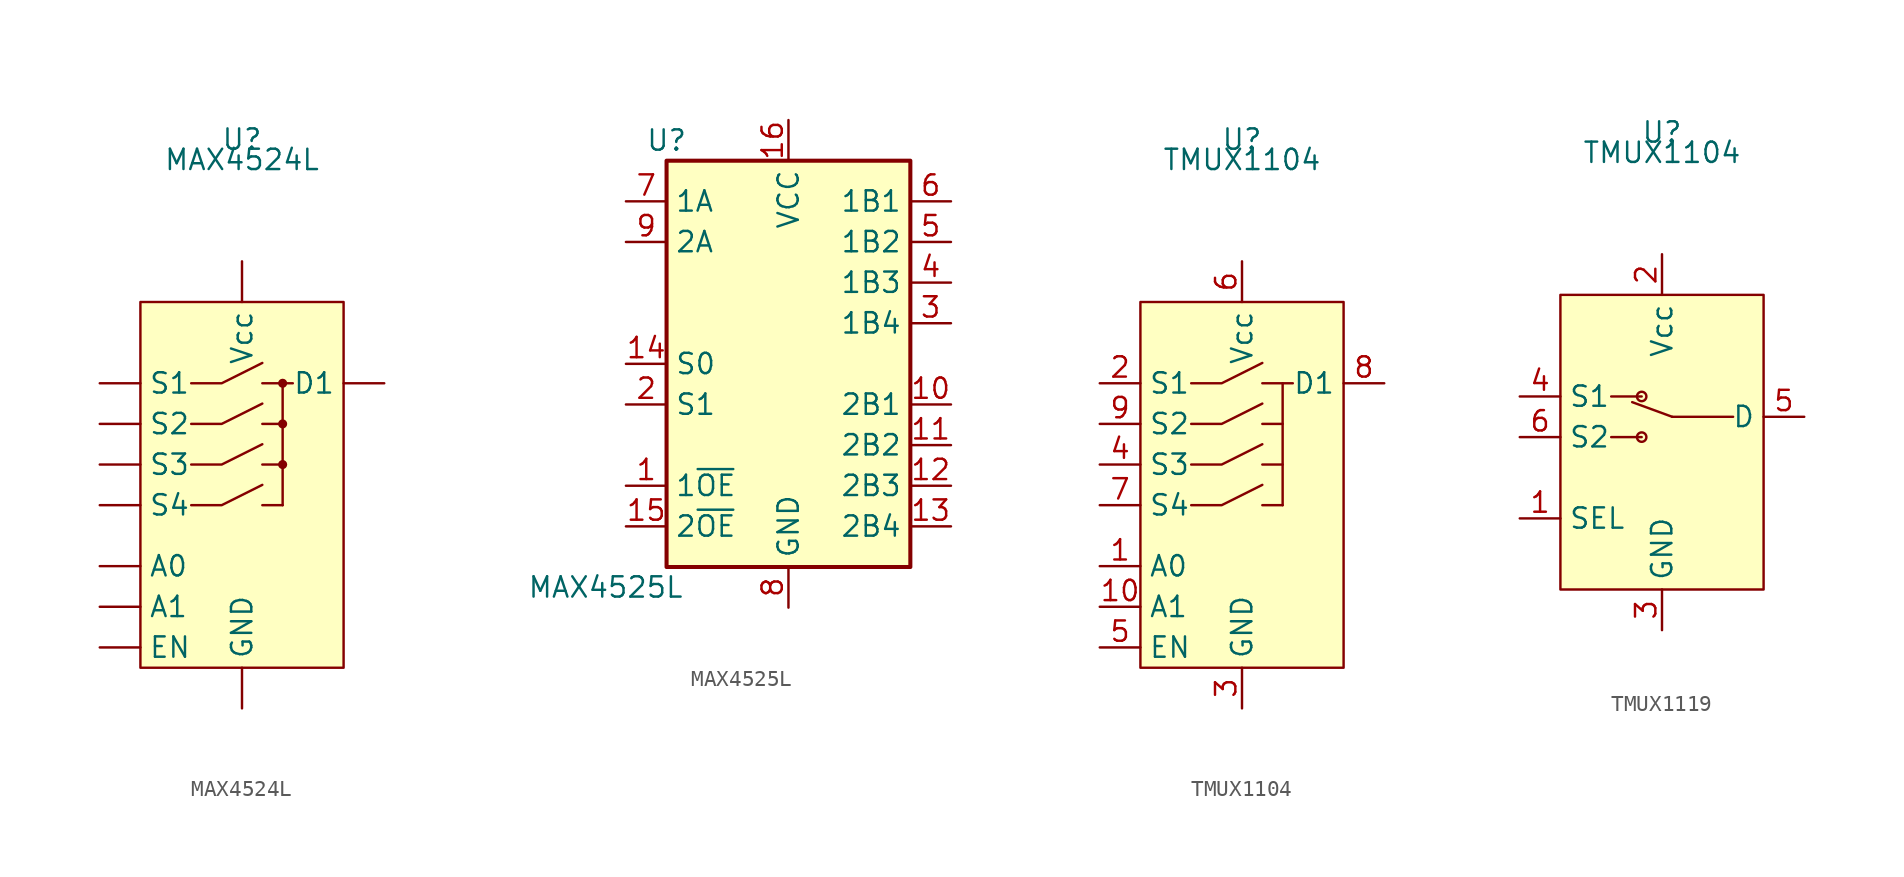
<source format=kicad_sym>
(kicad_symbol_lib
  (version 20220914)
  (generator kicad_symbol_editor)
  (symbol "MAX4524L"
    (property "Reference" "U"
      (at 0 16.51 0)
      (effects (font (size 1.27 1.27))))
    (property "Value" "MAX4524L"
      (at 0 15.24 0)
      (effects (font (size 1.27 1.27))))
    (symbol "MAX4524L_0_1"
      (polyline (pts (xy 1.27 -6.35) (xy 2.54 -6.35)) (stroke (width 0) (type default)) (fill (type none)))
      (polyline (pts (xy 1.27 -3.81) (xy 2.54 -3.81)) (stroke (width 0) (type default)) (fill (type none)))
      (polyline (pts (xy 1.27 -1.27) (xy 2.54 -1.27)) (stroke (width 0) (type default)) (fill (type none)))
      (polyline (pts (xy 1.27 1.27) (xy 2.54 1.27)) (stroke (width 0) (type default)) (fill (type none)))
      (polyline (pts (xy -3.175 -6.35) (xy -1.27 -6.35) (xy 1.27 -5.08)) (stroke (width 0) (type default)) (fill (type none)))
      (polyline (pts (xy -3.175 -3.81) (xy -1.27 -3.81) (xy 1.27 -2.54)) (stroke (width 0) (type default)) (fill (type none)))
      (polyline (pts (xy -3.175 -1.27) (xy -1.27 -1.27) (xy 1.27 0)) (stroke (width 0) (type default)) (fill (type none)))
      (polyline (pts (xy -3.175 1.27) (xy -1.27 1.27) (xy 1.27 2.54)) (stroke (width 0) (type default)) (fill (type none))))
    (symbol "MAX4524L_1_1"
      (rectangle (start -6.35 6.35) (end 6.35 -16.51) (stroke (width 0) (type default)) (fill (type background)))
      (polyline (pts (xy 2.54 -6.35) (xy 2.54 1.27) (xy 3.175 1.27)) (stroke (width 0) (type default)) (fill (type none)))
      (circle (center 2.54 -3.81) (radius 0.209) (stroke (width 0) (type default)) (fill (type outline)))
      (circle (center 2.54 -1.27) (radius 0.209) (stroke (width 0) (type default)) (fill (type outline)))
      (circle (center 2.54 1.27) (radius 0.209) (stroke (width 0) (type default)) (fill (type outline)))
      (pin input line (at -8.89 -10.16 0) (length 2.54) (name "A0" (effects (font (size 1.27 1.27)))) (number "" (effects (font (size 1.27 1.27)))))
      (pin input line (at -8.89 -12.7 0) (length 2.54) (name "A1" (effects (font (size 1.27 1.27)))) (number "" (effects (font (size 1.27 1.27)))))
      (pin input line (at 8.89 1.27 180) (length 2.54) (name "D1" (effects (font (size 1.27 1.27)))) (number "" (effects (font (size 1.27 1.27)))))
      (pin input line (at -8.89 -15.24 0) (length 2.54) (name "EN" (effects (font (size 1.27 1.27)))) (number "" (effects (font (size 1.27 1.27)))))
      (pin input line (at 0 -19.05 90) (length 2.54) (name "GND" (effects (font (size 1.27 1.27)))) (number "" (effects (font (size 1.27 1.27)))))
      (pin input line (at -8.89 1.27 0) (length 2.54) (name "S1" (effects (font (size 1.27 1.27)))) (number "" (effects (font (size 1.27 1.27)))))
      (pin input line (at -8.89 -1.27 0) (length 2.54) (name "S2" (effects (font (size 1.27 1.27)))) (number "" (effects (font (size 1.27 1.27)))))
      (pin input line (at -8.89 -3.81 0) (length 2.54) (name "S3" (effects (font (size 1.27 1.27)))) (number "" (effects (font (size 1.27 1.27)))))
      (pin input line (at -8.89 -6.35 0) (length 2.54) (name "S4" (effects (font (size 1.27 1.27)))) (number "" (effects (font (size 1.27 1.27)))))
      (pin input line (at 0 8.89 270) (length 2.54) (name "Vcc" (effects (font (size 1.27 1.27)))) (number "" (effects (font (size 1.27 1.27)))))))
  (symbol "MAX4525L"
    (property "Reference" "U"
      (at -7.62 13.97 0)
      (effects (font (size 1.27 1.27))))
    (property "Value" "MAX4525L"
      (at -11.43 -13.97 0)
      (effects (font (size 1.27 1.27))))
    (symbol "MAX4525L_0_1"
      (rectangle (start -7.62 12.7) (end 7.62 -12.7) (stroke (width 0.254) (type default)) (fill (type background)))
      (rectangle (start 7.62 -12.7) (end 7.62 -12.7) (stroke (width 0) (type default)) (fill (type none))))
    (symbol "MAX4525L_1_1"
      (pin input line (at -10.16 -7.62 0) (length 2.54) (name "1~{OE}" (effects (font (size 1.27 1.27)))) (number "1" (effects (font (size 1.27 1.27)))))
      (pin bidirectional line (at 10.16 -2.54 180) (length 2.54) (name "2B1" (effects (font (size 1.27 1.27)))) (number "10" (effects (font (size 1.27 1.27)))))
      (pin bidirectional line (at 10.16 -5.08 180) (length 2.54) (name "2B2" (effects (font (size 1.27 1.27)))) (number "11" (effects (font (size 1.27 1.27)))))
      (pin bidirectional line (at 10.16 -7.62 180) (length 2.54) (name "2B3" (effects (font (size 1.27 1.27)))) (number "12" (effects (font (size 1.27 1.27)))))
      (pin bidirectional line (at 10.16 -10.16 180) (length 2.54) (name "2B4" (effects (font (size 1.27 1.27)))) (number "13" (effects (font (size 1.27 1.27)))))
      (pin input line (at -10.16 0 0) (length 2.54) (name "S0" (effects (font (size 1.27 1.27)))) (number "14" (effects (font (size 1.27 1.27)))))
      (pin input line (at -10.16 -10.16 0) (length 2.54) (name "2~{OE}" (effects (font (size 1.27 1.27)))) (number "15" (effects (font (size 1.27 1.27)))))
      (pin power_in line (at 0 15.24 270) (length 2.54) (name "VCC" (effects (font (size 1.27 1.27)))) (number "16" (effects (font (size 1.27 1.27)))))
      (pin input line (at -10.16 -2.54 0) (length 2.54) (name "S1" (effects (font (size 1.27 1.27)))) (number "2" (effects (font (size 1.27 1.27)))))
      (pin bidirectional line (at 10.16 2.54 180) (length 2.54) (name "1B4" (effects (font (size 1.27 1.27)))) (number "3" (effects (font (size 1.27 1.27)))))
      (pin bidirectional line (at 10.16 5.08 180) (length 2.54) (name "1B3" (effects (font (size 1.27 1.27)))) (number "4" (effects (font (size 1.27 1.27)))))
      (pin bidirectional line (at 10.16 7.62 180) (length 2.54) (name "1B2" (effects (font (size 1.27 1.27)))) (number "5" (effects (font (size 1.27 1.27)))))
      (pin bidirectional line (at 10.16 10.16 180) (length 2.54) (name "1B1" (effects (font (size 1.27 1.27)))) (number "6" (effects (font (size 1.27 1.27)))))
      (pin bidirectional line (at -10.16 10.16 0) (length 2.54) (name "1A" (effects (font (size 1.27 1.27)))) (number "7" (effects (font (size 1.27 1.27)))))
      (pin power_in line (at 0 -15.24 90) (length 2.54) (name "GND" (effects (font (size 1.27 1.27)))) (number "8" (effects (font (size 1.27 1.27)))))
      (pin bidirectional line (at -10.16 7.62 0) (length 2.54) (name "2A" (effects (font (size 1.27 1.27)))) (number "9" (effects (font (size 1.27 1.27)))))))
  (symbol "TMUX1104"
    (property "Reference" "U"
      (at 0 16.51 0)
      (effects (font (size 1.27 1.27))))
    (property "Value" "TMUX1104"
      (at 0 15.24 0)
      (effects (font (size 1.27 1.27))))
    (symbol "TMUX1104_0_1"
      (polyline (pts (xy 1.27 -6.35) (xy 2.54 -6.35)) (stroke (width 0) (type default)) (fill (type none)))
      (polyline (pts (xy 1.27 -3.81) (xy 2.54 -3.81)) (stroke (width 0) (type default)) (fill (type none)))
      (polyline (pts (xy 1.27 -1.27) (xy 2.54 -1.27)) (stroke (width 0) (type default)) (fill (type none)))
      (polyline (pts (xy 1.27 1.27) (xy 2.54 1.27)) (stroke (width 0) (type default)) (fill (type none)))
      (polyline (pts (xy -3.175 -6.35) (xy -1.27 -6.35) (xy 1.27 -5.08)) (stroke (width 0) (type default)) (fill (type none)))
      (polyline (pts (xy -3.175 -3.81) (xy -1.27 -3.81) (xy 1.27 -2.54)) (stroke (width 0) (type default)) (fill (type none)))
      (polyline (pts (xy -3.175 -1.27) (xy -1.27 -1.27) (xy 1.27 0)) (stroke (width 0) (type default)) (fill (type none)))
      (polyline (pts (xy -3.175 1.27) (xy -1.27 1.27) (xy 1.27 2.54)) (stroke (width 0) (type default)) (fill (type none)))
      (polyline (pts (xy 2.54 -6.35) (xy 2.54 1.27) (xy 3.175 1.27)) (stroke (width 0) (type default)) (fill (type none))))
    (symbol "TMUX1104_1_1"
      (rectangle (start -6.35 6.35) (end 6.35 -16.51) (stroke (width 0) (type default)) (fill (type background)))
      (pin input line (at -8.89 -10.16 0) (length 2.54) (name "A0" (effects (font (size 1.27 1.27)))) (number "1" (effects (font (size 1.27 1.27)))))
      (pin input line (at -8.89 -12.7 0) (length 2.54) (name "A1" (effects (font (size 1.27 1.27)))) (number "10" (effects (font (size 1.27 1.27)))))
      (pin bidirectional line (at -8.89 1.27 0) (length 2.54) (name "S1" (effects (font (size 1.27 1.27)))) (number "2" (effects (font (size 1.27 1.27)))))
      (pin power_in line (at 0 -19.05 90) (length 2.54) (name "GND" (effects (font (size 1.27 1.27)))) (number "3" (effects (font (size 1.27 1.27)))))
      (pin bidirectional line (at -8.89 -3.81 0) (length 2.54) (name "S3" (effects (font (size 1.27 1.27)))) (number "4" (effects (font (size 1.27 1.27)))))
      (pin input line (at -8.89 -15.24 0) (length 2.54) (name "EN" (effects (font (size 1.27 1.27)))) (number "5" (effects (font (size 1.27 1.27)))))
      (pin power_in line (at 0 8.89 270) (length 2.54) (name "Vcc" (effects (font (size 1.27 1.27)))) (number "6" (effects (font (size 1.27 1.27)))))
      (pin bidirectional line (at -8.89 -6.35 0) (length 2.54) (name "S4" (effects (font (size 1.27 1.27)))) (number "7" (effects (font (size 1.27 1.27)))))
      (pin input line (at 8.89 1.27 180) (length 2.54) (name "D1" (effects (font (size 1.27 1.27)))) (number "8" (effects (font (size 1.27 1.27)))))
      (pin bidirectional line (at -8.89 -1.27 0) (length 2.54) (name "S2" (effects (font (size 1.27 1.27)))) (number "9" (effects (font (size 1.27 1.27)))))))
  (symbol "TMUX1119"
    (property "Reference" "U"
      (at 0 16.51 0)
      (effects (font (size 1.27 1.27))))
    (property "Value" "TMUX1104"
      (at 0 15.24 0)
      (effects (font (size 1.27 1.27))))
    (symbol "TMUX1119_0_1"
      (circle (center -1.27 -2.54) (radius 0.294) (stroke (width 0) (type default)) (fill (type none)))
      (circle (center -1.27 0) (radius 0.294) (stroke (width 0) (type default)) (fill (type none)))
      (polyline (pts (xy -3.175 -2.54) (xy -1.27 -2.54)) (stroke (width 0) (type default)) (fill (type none)))
      (polyline (pts (xy -3.175 0) (xy -1.27 0)) (stroke (width 0) (type default)) (fill (type none)))
      (polyline (pts (xy 0.635 -1.27) (xy -1.864 -0.354)) (stroke (width 0) (type default)) (fill (type none)))
      (polyline (pts (xy 0.635 -1.27) (xy 4.445 -1.27)) (stroke (width 0) (type default)) (fill (type none))))
    (symbol "TMUX1119_1_1"
      (rectangle (start -6.35 6.35) (end 6.35 -12.065) (stroke (width 0) (type default)) (fill (type background)))
      (pin input line (at -8.89 -7.62 0) (length 2.54) (name "SEL" (effects (font (size 1.27 1.27)))) (number "1" (effects (font (size 1.27 1.27)))))
      (pin power_in line (at 0 8.89 270) (length 2.54) (name "Vcc" (effects (font (size 1.27 1.27)))) (number "2" (effects (font (size 1.27 1.27)))))
      (pin power_in line (at 0 -14.605 90) (length 2.54) (name "GND" (effects (font (size 1.27 1.27)))) (number "3" (effects (font (size 1.27 1.27)))))
      (pin input line (at -8.89 0 0) (length 2.54) (name "S1" (effects (font (size 1.27 1.27)))) (number "4" (effects (font (size 1.27 1.27)))))
      (pin output line (at 8.89 -1.27 180) (length 2.54) (name "D" (effects (font (size 1.27 1.27)))) (number "5" (effects (font (size 1.27 1.27)))))
      (pin input line (at -8.89 -2.54 0) (length 2.54) (name "S2" (effects (font (size 1.27 1.27)))) (number "6" (effects (font (size 1.27 1.27))))))))
</source>
